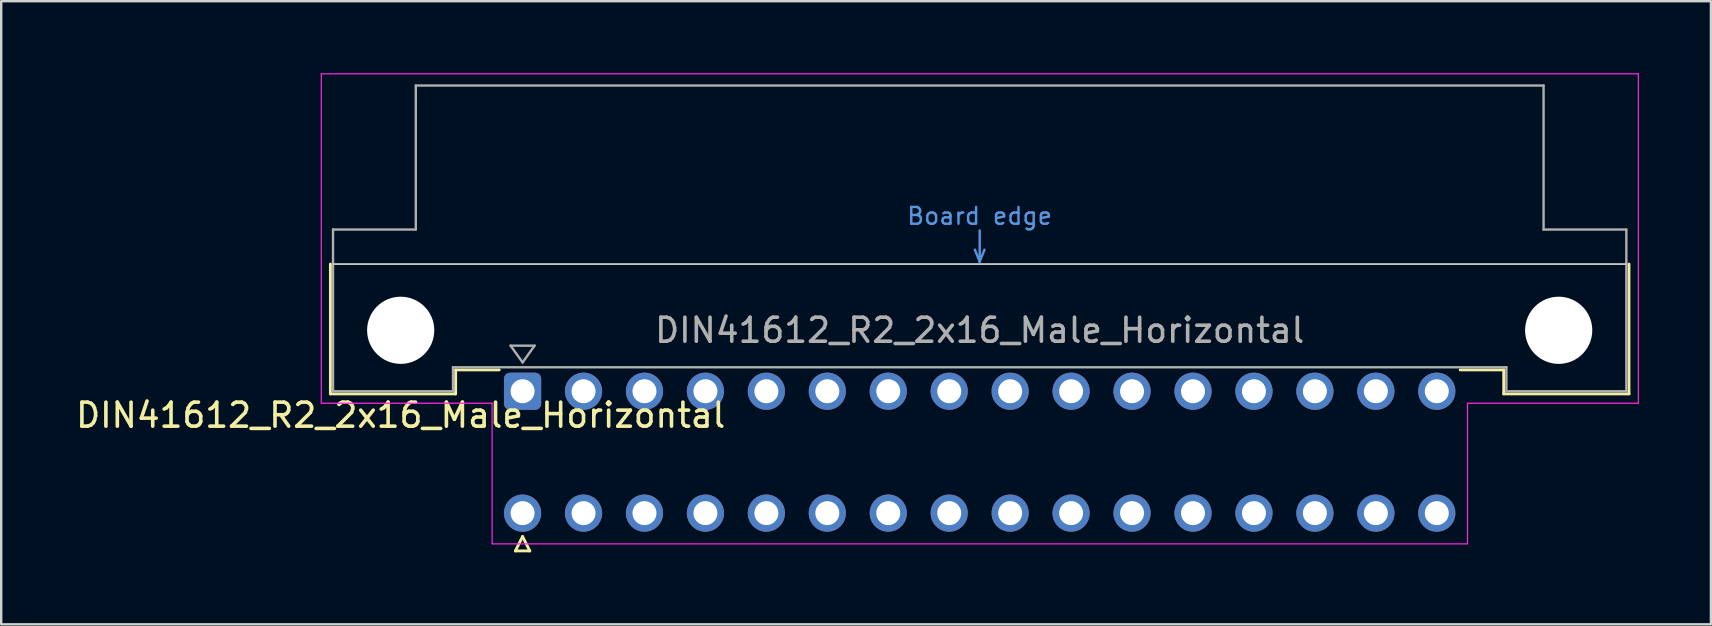
<source format=kicad_pcb>
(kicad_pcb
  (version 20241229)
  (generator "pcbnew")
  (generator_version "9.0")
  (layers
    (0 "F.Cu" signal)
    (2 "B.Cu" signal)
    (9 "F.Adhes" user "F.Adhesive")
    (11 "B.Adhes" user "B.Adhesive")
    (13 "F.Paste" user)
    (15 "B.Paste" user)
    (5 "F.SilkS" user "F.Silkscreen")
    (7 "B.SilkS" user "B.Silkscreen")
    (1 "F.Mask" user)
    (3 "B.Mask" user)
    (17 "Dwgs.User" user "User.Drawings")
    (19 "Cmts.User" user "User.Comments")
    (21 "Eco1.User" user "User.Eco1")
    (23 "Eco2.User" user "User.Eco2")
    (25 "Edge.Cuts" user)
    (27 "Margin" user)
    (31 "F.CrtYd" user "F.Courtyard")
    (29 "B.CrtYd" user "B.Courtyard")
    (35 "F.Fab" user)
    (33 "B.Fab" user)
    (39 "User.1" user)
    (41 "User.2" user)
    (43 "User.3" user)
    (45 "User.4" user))
  (footprint "DIN41612_R2_2x16_Male_Horizontal"
    (layer "F.Cu")
    (at 18.729 13.255)
    (property "Reference" "DIN41612_R2_2x16_Male_Horizontal" (at -5.08 1 0) (layer "F.SilkS") (effects (font (size 1 1) (thickness 0.15))))
    (attr through_hole)
    (fp_line (start -8.01 -5.3) (end -8.01 0.11) (stroke (width 0.12) (type solid)) (layer "F.SilkS"))
    (fp_line (start -8.01 0.11) (end -2.79 0.11) (stroke (width 0.12) (type solid)) (layer "F.SilkS"))
    (fp_line (start -2.79 -0.89) (end -0.975 -0.89) (stroke (width 0.12) (type solid)) (layer "F.SilkS"))
    (fp_line (start -2.79 0.11) (end -2.79 -0.89) (stroke (width 0.12) (type solid)) (layer "F.SilkS"))
    (fp_line (start -0.3 6.655) (end 0.3 6.655) (stroke (width 0.12) (type solid)) (layer "F.SilkS"))
    (fp_line (start 0 6.055) (end -0.3 6.655) (stroke (width 0.12) (type solid)) (layer "F.SilkS"))
    (fp_line (start 0.3 6.655) (end 0 6.055) (stroke (width 0.12) (type solid)) (layer "F.SilkS"))
    (fp_line (start 40.89 -0.89) (end 39.075 -0.89) (stroke (width 0.12) (type solid)) (layer "F.SilkS"))
    (fp_line (start 40.89 0.11) (end 40.89 -0.89) (stroke (width 0.12) (type solid)) (layer "F.SilkS"))
    (fp_line (start 46.11 -5.3) (end 46.11 0.11) (stroke (width 0.12) (type solid)) (layer "F.SilkS"))
    (fp_line (start 46.11 0.11) (end 40.89 0.11) (stroke (width 0.12) (type solid)) (layer "F.SilkS"))
    (fp_line (start -7.9 -5.3) (end 46 -5.3) (stroke (width 0.08) (type solid)) (layer "Dwgs.User"))
    (fp_line (start 18.85 -5.9) (end 19.05 -5.4) (stroke (width 0.1) (type solid)) (layer "Cmts.User"))
    (fp_line (start 19.05 -5.4) (end 19.05 -6.7) (stroke (width 0.1) (type solid)) (layer "Cmts.User"))
    (fp_line (start 19.05 -5.4) (end 19.25 -5.9) (stroke (width 0.1) (type solid)) (layer "Cmts.User"))
    (fp_line (start -8.39 -13.23) (end -8.39 0.5) (stroke (width 0.05) (type solid)) (layer "F.CrtYd"))
    (fp_line (start -8.39 0.5) (end -1.27 0.5) (stroke (width 0.05) (type solid)) (layer "F.CrtYd"))
    (fp_line (start -1.27 0.5) (end -1.27 6.36) (stroke (width 0.05) (type solid)) (layer "F.CrtYd"))
    (fp_line (start -1.27 6.36) (end 39.38 6.36) (stroke (width 0.05) (type solid)) (layer "F.CrtYd"))
    (fp_line (start 39.38 0.5) (end 46.5 0.5) (stroke (width 0.05) (type solid)) (layer "F.CrtYd"))
    (fp_line (start 39.38 6.36) (end 39.38 0.5) (stroke (width 0.05) (type solid)) (layer "F.CrtYd"))
    (fp_line (start 46.5 -13.23) (end -8.39 -13.23) (stroke (width 0.05) (type solid)) (layer "F.CrtYd"))
    (fp_line (start 46.5 0.5) (end 46.5 -13.23) (stroke (width 0.05) (type solid)) (layer "F.CrtYd"))
    (fp_line (start -7.9 -6.74) (end -7.9 0) (stroke (width 0.1) (type solid)) (layer "F.Fab"))
    (fp_line (start -7.9 0) (end -2.9 0) (stroke (width 0.1) (type solid)) (layer "F.Fab"))
    (fp_line (start -4.45 -12.74) (end -4.45 -6.74) (stroke (width 0.1) (type solid)) (layer "F.Fab"))
    (fp_line (start -4.45 -6.74) (end -7.9 -6.74) (stroke (width 0.1) (type solid)) (layer "F.Fab"))
    (fp_line (start -2.9 -1) (end 41 -1) (stroke (width 0.1) (type solid)) (layer "F.Fab"))
    (fp_line (start -2.9 0) (end -2.9 -1) (stroke (width 0.1) (type solid)) (layer "F.Fab"))
    (fp_line (start -0.5 -1.9) (end 0.5 -1.9) (stroke (width 0.1) (type solid)) (layer "F.Fab"))
    (fp_line (start 0 -1.2) (end -0.5 -1.9) (stroke (width 0.1) (type solid)) (layer "F.Fab"))
    (fp_line (start 0.5 -1.9) (end 0 -1.2) (stroke (width 0.1) (type solid)) (layer "F.Fab"))
    (fp_line (start 41 -1) (end 41 0) (stroke (width 0.1) (type solid)) (layer "F.Fab"))
    (fp_line (start 41 0) (end 46 0) (stroke (width 0.1) (type solid)) (layer "F.Fab"))
    (fp_line (start 42.55 -12.74) (end -4.45 -12.74) (stroke (width 0.1) (type solid)) (layer "F.Fab"))
    (fp_line (start 42.55 -6.74) (end 42.55 -12.74) (stroke (width 0.1) (type solid)) (layer "F.Fab"))
    (fp_line (start 46 -6.74) (end 42.55 -6.74) (stroke (width 0.1) (type solid)) (layer "F.Fab"))
    (fp_line (start 46 0) (end 46 -6.74) (stroke (width 0.1) (type solid)) (layer "F.Fab"))
    (fp_text user "Board edge" (at 19.05 -7.3 0) (layer "Cmts.User") (effects (font (size 0.7 0.7) (thickness 0.1))))
    (fp_text user "${REFERENCE}" (at 19.05 -2.54 0) (layer "F.Fab") (effects (font (size 1 1) (thickness 0.15))))
    (pad "" np_thru_hole circle (at -5.08 -2.54) (size 2.8 2.8) (drill 2.8) (layers "*.Cu" "*.Mask"))
    (pad "" np_thru_hole circle (at 43.18 -2.54) (size 2.8 2.8) (drill 2.8) (layers "*.Cu" "*.Mask"))
    (pad "a1" thru_hole roundrect (at 0 0) (size 1.55 1.55) (drill 1) (layers "*.Cu" "*.Mask") (roundrect_rratio 0.161))
    (pad "a2" thru_hole circle (at 2.54 0) (size 1.55 1.55) (drill 1) (layers "*.Cu" "*.Mask"))
    (pad "a3" thru_hole circle (at 5.08 0) (size 1.55 1.55) (drill 1) (layers "*.Cu" "*.Mask"))
    (pad "a4" thru_hole circle (at 7.62 0) (size 1.55 1.55) (drill 1) (layers "*.Cu" "*.Mask"))
    (pad "a5" thru_hole circle (at 10.16 0) (size 1.55 1.55) (drill 1) (layers "*.Cu" "*.Mask"))
    (pad "a6" thru_hole circle (at 12.7 0) (size 1.55 1.55) (drill 1) (layers "*.Cu" "*.Mask"))
    (pad "a7" thru_hole circle (at 15.24 0) (size 1.55 1.55) (drill 1) (layers "*.Cu" "*.Mask"))
    (pad "a8" thru_hole circle (at 17.78 0) (size 1.55 1.55) (drill 1) (layers "*.Cu" "*.Mask"))
    (pad "a9" thru_hole circle (at 20.32 0) (size 1.55 1.55) (drill 1) (layers "*.Cu" "*.Mask"))
    (pad "a10" thru_hole circle (at 22.86 0) (size 1.55 1.55) (drill 1) (layers "*.Cu" "*.Mask"))
    (pad "a11" thru_hole circle (at 25.4 0) (size 1.55 1.55) (drill 1) (layers "*.Cu" "*.Mask"))
    (pad "a12" thru_hole circle (at 27.94 0) (size 1.55 1.55) (drill 1) (layers "*.Cu" "*.Mask"))
    (pad "a13" thru_hole circle (at 30.48 0) (size 1.55 1.55) (drill 1) (layers "*.Cu" "*.Mask"))
    (pad "a14" thru_hole circle (at 33.02 0) (size 1.55 1.55) (drill 1) (layers "*.Cu" "*.Mask"))
    (pad "a15" thru_hole circle (at 35.56 0) (size 1.55 1.55) (drill 1) (layers "*.Cu" "*.Mask"))
    (pad "a16" thru_hole circle (at 38.1 0) (size 1.55 1.55) (drill 1) (layers "*.Cu" "*.Mask"))
    (pad "c1" thru_hole circle (at 0 5.08) (size 1.55 1.55) (drill 1) (layers "*.Cu" "*.Mask"))
    (pad "c2" thru_hole circle (at 2.54 5.08) (size 1.55 1.55) (drill 1) (layers "*.Cu" "*.Mask"))
    (pad "c3" thru_hole circle (at 5.08 5.08) (size 1.55 1.55) (drill 1) (layers "*.Cu" "*.Mask"))
    (pad "c4" thru_hole circle (at 7.62 5.08) (size 1.55 1.55) (drill 1) (layers "*.Cu" "*.Mask"))
    (pad "c5" thru_hole circle (at 10.16 5.08) (size 1.55 1.55) (drill 1) (layers "*.Cu" "*.Mask"))
    (pad "c6" thru_hole circle (at 12.7 5.08) (size 1.55 1.55) (drill 1) (layers "*.Cu" "*.Mask"))
    (pad "c7" thru_hole circle (at 15.24 5.08) (size 1.55 1.55) (drill 1) (layers "*.Cu" "*.Mask"))
    (pad "c8" thru_hole circle (at 17.78 5.08) (size 1.55 1.55) (drill 1) (layers "*.Cu" "*.Mask"))
    (pad "c9" thru_hole circle (at 20.32 5.08) (size 1.55 1.55) (drill 1) (layers "*.Cu" "*.Mask"))
    (pad "c10" thru_hole circle (at 22.86 5.08) (size 1.55 1.55) (drill 1) (layers "*.Cu" "*.Mask"))
    (pad "c11" thru_hole circle (at 25.4 5.08) (size 1.55 1.55) (drill 1) (layers "*.Cu" "*.Mask"))
    (pad "c12" thru_hole circle (at 27.94 5.08) (size 1.55 1.55) (drill 1) (layers "*.Cu" "*.Mask"))
    (pad "c13" thru_hole circle (at 30.48 5.08) (size 1.55 1.55) (drill 1) (layers "*.Cu" "*.Mask"))
    (pad "c14" thru_hole circle (at 33.02 5.08) (size 1.55 1.55) (drill 1) (layers "*.Cu" "*.Mask"))
    (pad "c15" thru_hole circle (at 35.56 5.08) (size 1.55 1.55) (drill 1) (layers "*.Cu" "*.Mask"))
    (pad "c16" thru_hole circle (at 38.1 5.08) (size 1.55 1.55) (drill 1) (layers "*.Cu" "*.Mask")))
  (gr_rect
    (start -3 -3)
    (end 68.254 22.97)
    (stroke (width 0.1) (type default))
    (fill no)
    (layer "Edge.Cuts")))
</source>
